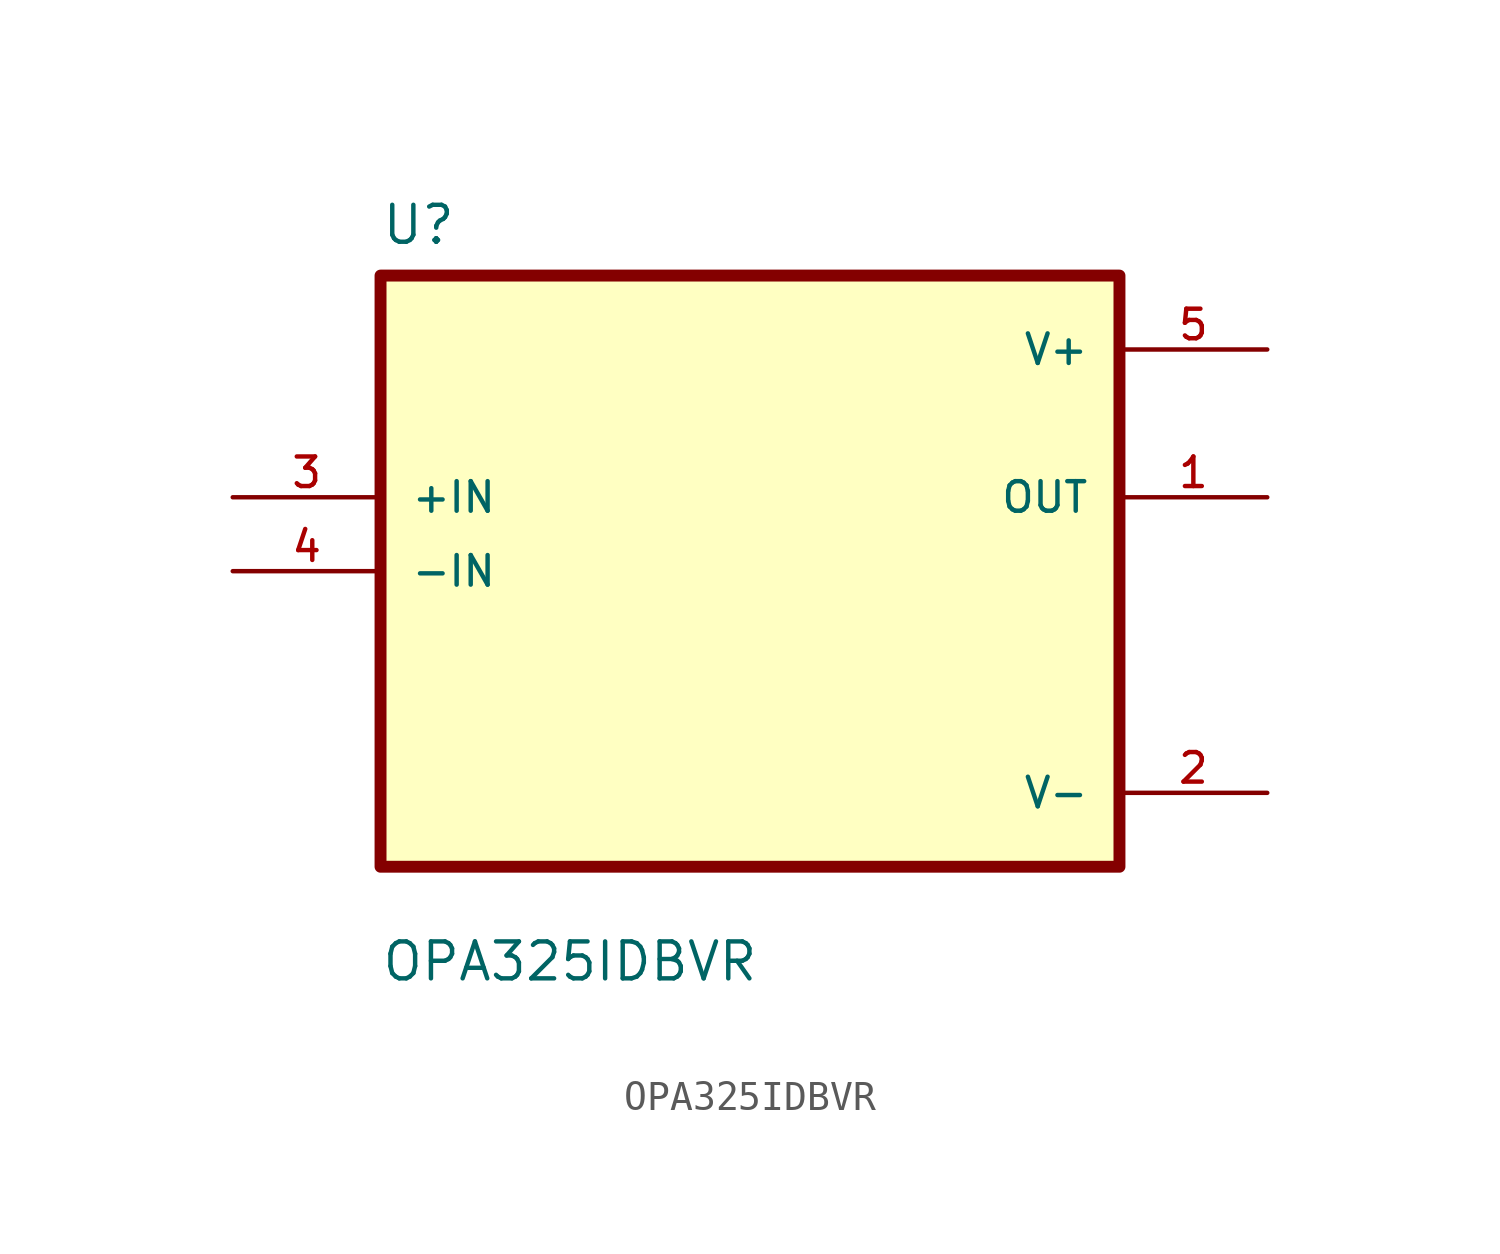
<source format=kicad_sym>
(kicad_symbol_lib
  (version 20211014)
  (generator kicad_symbol_editor)
  (symbol "OPA325IDBVR"
    (pin_names
      (offset 1.016))
    (property "Reference" "U"
      (at -12.7 11.16 0.0)
      (effects (font (size 1.27 1.27)) (justify bottom left)))
    (property "Value" "OPA325IDBVR"
      (at -12.7 -14.16 0.0)
      (effects (font (size 1.27 1.27)) (justify bottom left)))
    (symbol "OPA325IDBVR_0_0"
      (rectangle (start -12.7 -10.16) (end 12.7 10.16) (stroke (width 0.41)) (fill (type background)))
      (pin input line (at -17.78 2.54 0) (length 5.08) (name "+IN" (effects (font (size 1.016 1.016)))) (number "3" (effects (font (size 1.016 1.016)))))
      (pin input line (at -17.78 0.0 0) (length 5.08) (name "-IN" (effects (font (size 1.016 1.016)))) (number "4" (effects (font (size 1.016 1.016)))))
      (pin power_in line (at 17.78 7.62 180.0) (length 5.08) (name "V+" (effects (font (size 1.016 1.016)))) (number "5" (effects (font (size 1.016 1.016)))))
      (pin output line (at 17.78 2.54 180.0) (length 5.08) (name "OUT" (effects (font (size 1.016 1.016)))) (number "1" (effects (font (size 1.016 1.016)))))
      (pin power_in line (at 17.78 -7.62 180.0) (length 5.08) (name "V-" (effects (font (size 1.016 1.016)))) (number "2" (effects (font (size 1.016 1.016))))))))
</source>
